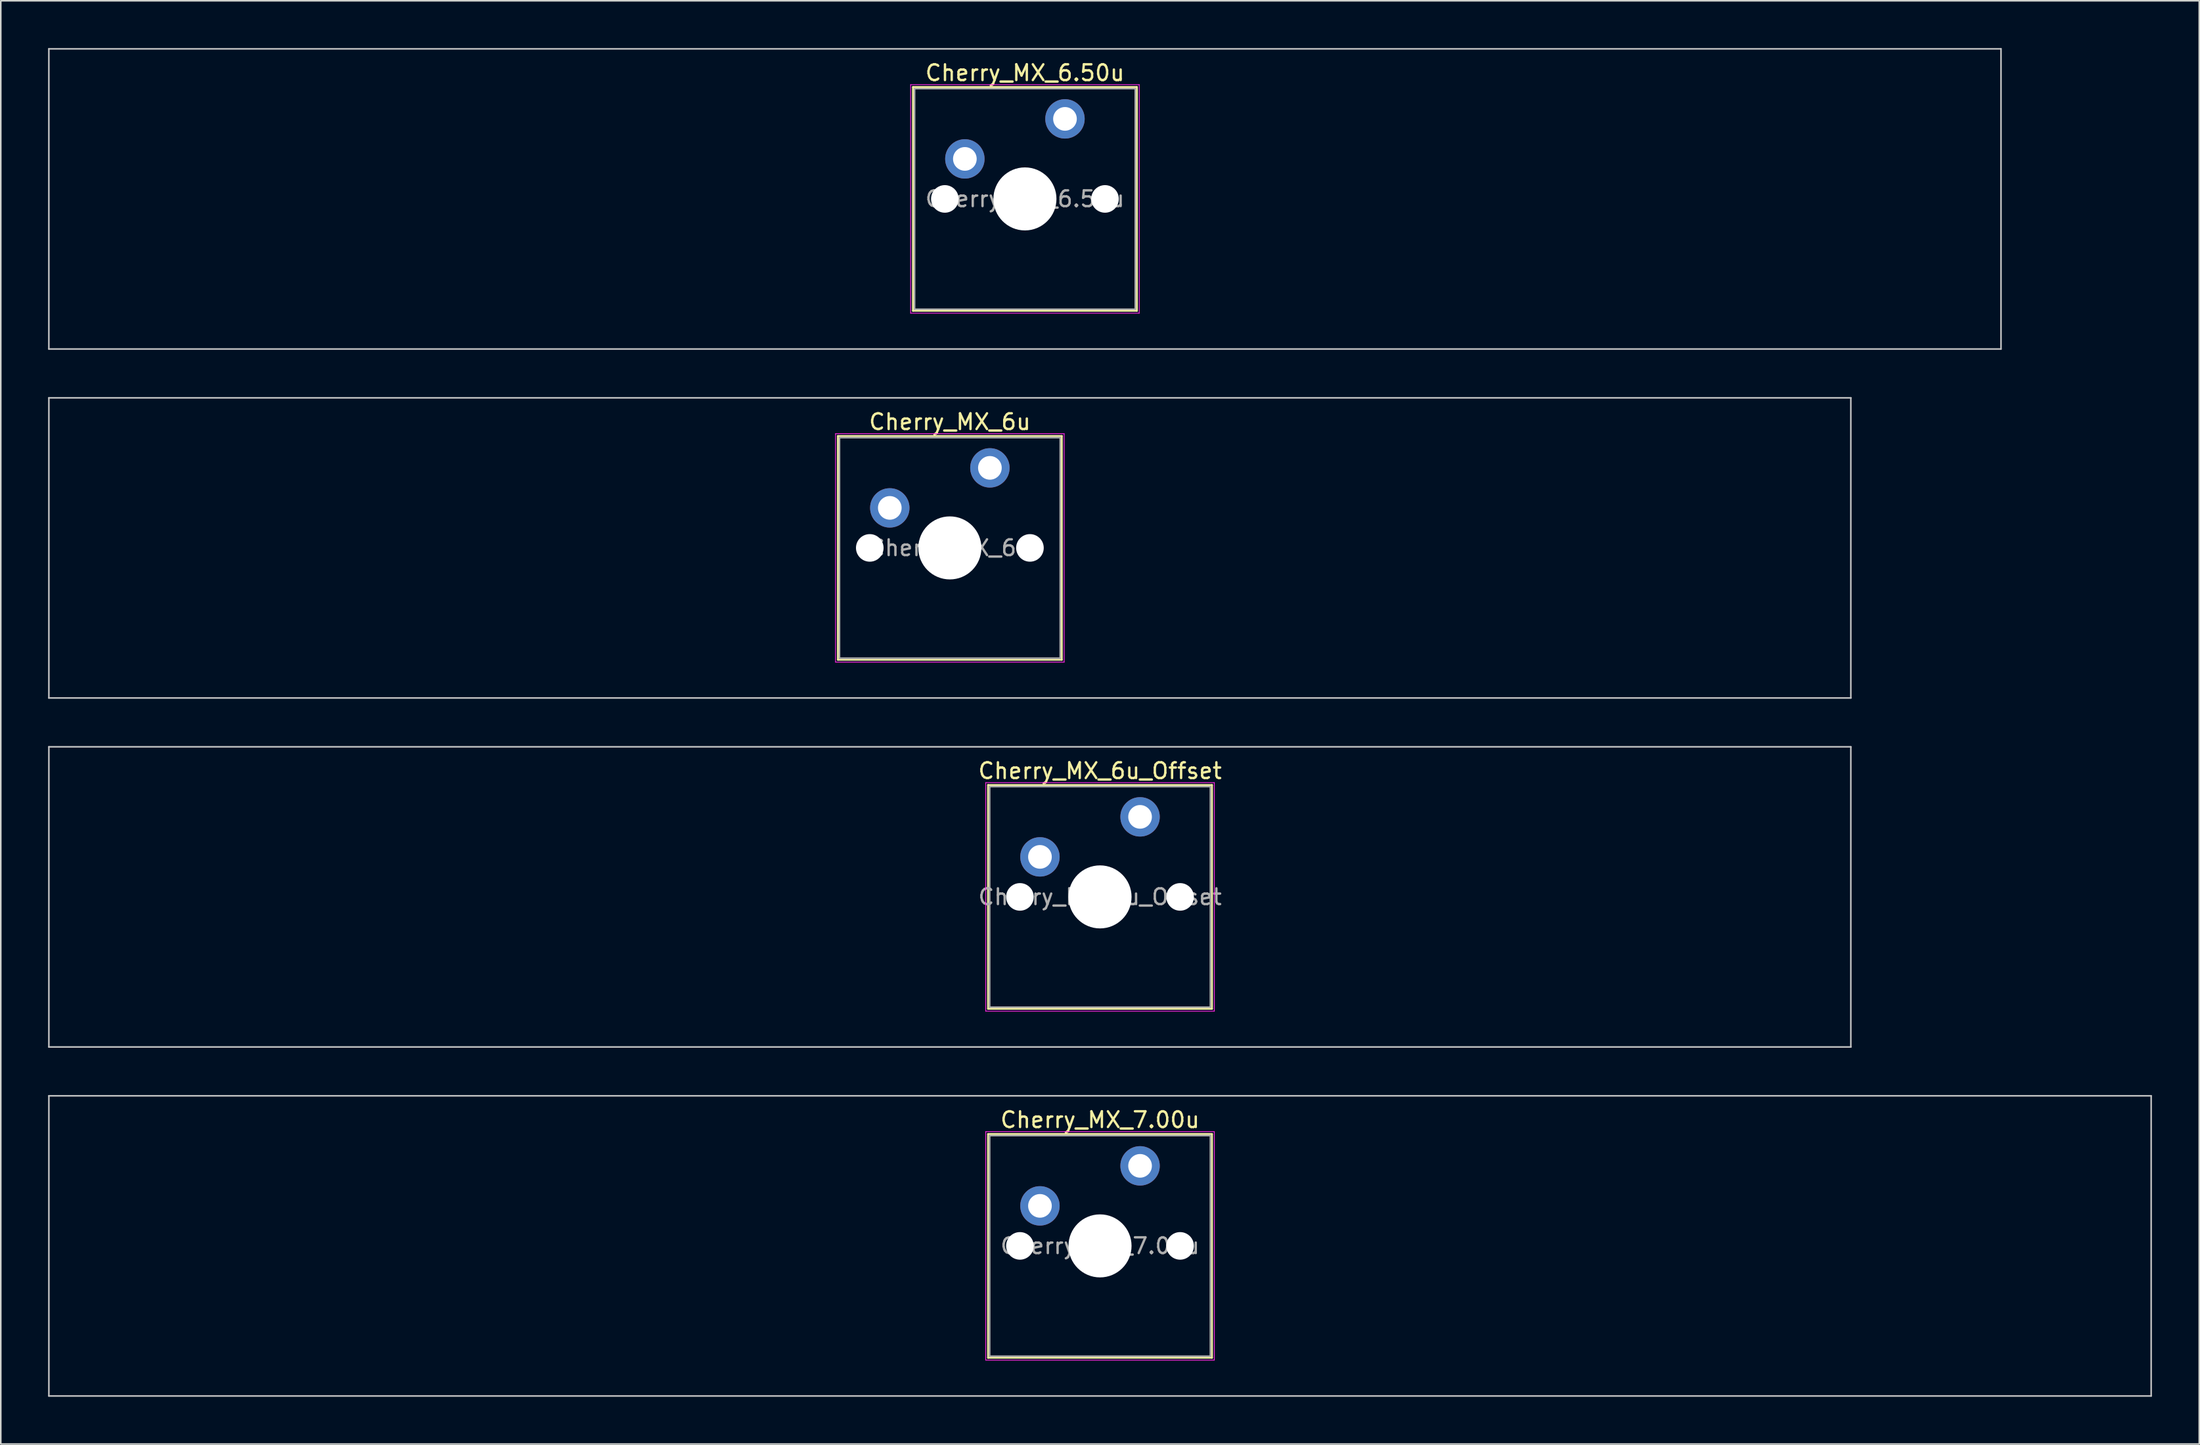
<source format=kicad_pcb>
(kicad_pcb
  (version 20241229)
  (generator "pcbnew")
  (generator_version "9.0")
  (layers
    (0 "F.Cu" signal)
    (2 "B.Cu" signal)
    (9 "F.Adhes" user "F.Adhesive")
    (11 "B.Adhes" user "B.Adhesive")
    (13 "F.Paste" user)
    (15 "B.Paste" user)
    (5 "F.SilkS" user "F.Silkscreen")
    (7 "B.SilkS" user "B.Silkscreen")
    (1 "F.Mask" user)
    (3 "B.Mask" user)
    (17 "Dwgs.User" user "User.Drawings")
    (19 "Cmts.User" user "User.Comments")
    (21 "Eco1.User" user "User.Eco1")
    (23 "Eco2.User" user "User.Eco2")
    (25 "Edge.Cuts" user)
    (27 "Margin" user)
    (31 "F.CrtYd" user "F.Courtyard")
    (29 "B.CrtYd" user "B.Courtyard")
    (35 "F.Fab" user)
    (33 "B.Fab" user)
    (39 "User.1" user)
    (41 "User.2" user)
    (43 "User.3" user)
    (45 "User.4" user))
  (footprint "Cherry_MX_6.50u"
    (layer "F.Cu")
    (at 61.962 9.575)
    (property "Reference" "Cherry_MX_6.50u" (at 0 -8 0) (layer "F.SilkS") (effects (font (size 1 1) (thickness 0.15))))
    (attr through_hole)
    (fp_line (start -7.1 -7.1) (end -7.1 7.1) (stroke (width 0.12) (type solid)) (layer "F.SilkS"))
    (fp_line (start -7.1 7.1) (end 7.1 7.1) (stroke (width 0.12) (type solid)) (layer "F.SilkS"))
    (fp_line (start 7.1 -7.1) (end -7.1 -7.1) (stroke (width 0.12) (type solid)) (layer "F.SilkS"))
    (fp_line (start 7.1 7.1) (end 7.1 -7.1) (stroke (width 0.12) (type solid)) (layer "F.SilkS"))
    (fp_line (start -61.913 -9.525) (end -61.913 9.525) (stroke (width 0.1) (type solid)) (layer "Dwgs.User"))
    (fp_line (start -61.913 9.525) (end 61.913 9.525) (stroke (width 0.1) (type solid)) (layer "Dwgs.User"))
    (fp_line (start 61.913 -9.525) (end -61.913 -9.525) (stroke (width 0.1) (type solid)) (layer "Dwgs.User"))
    (fp_line (start 61.913 9.525) (end 61.913 -9.525) (stroke (width 0.1) (type solid)) (layer "Dwgs.User"))
    (fp_line (start -7 -7) (end -7 7) (stroke (width 0.1) (type solid)) (layer "Eco1.User"))
    (fp_line (start -7 7) (end 7 7) (stroke (width 0.1) (type solid)) (layer "Eco1.User"))
    (fp_line (start 7 -7) (end -7 -7) (stroke (width 0.1) (type solid)) (layer "Eco1.User"))
    (fp_line (start 7 7) (end 7 -7) (stroke (width 0.1) (type solid)) (layer "Eco1.User"))
    (fp_line (start -7.25 -7.25) (end -7.25 7.25) (stroke (width 0.05) (type solid)) (layer "F.CrtYd"))
    (fp_line (start -7.25 7.25) (end 7.25 7.25) (stroke (width 0.05) (type solid)) (layer "F.CrtYd"))
    (fp_line (start 7.25 -7.25) (end -7.25 -7.25) (stroke (width 0.05) (type solid)) (layer "F.CrtYd"))
    (fp_line (start 7.25 7.25) (end 7.25 -7.25) (stroke (width 0.05) (type solid)) (layer "F.CrtYd"))
    (fp_line (start -7 -7) (end -7 7) (stroke (width 0.1) (type solid)) (layer "F.Fab"))
    (fp_line (start -7 7) (end 7 7) (stroke (width 0.1) (type solid)) (layer "F.Fab"))
    (fp_line (start 7 -7) (end -7 -7) (stroke (width 0.1) (type solid)) (layer "F.Fab"))
    (fp_line (start 7 7) (end 7 -7) (stroke (width 0.1) (type solid)) (layer "F.Fab"))
    (fp_text user "${REFERENCE}" (at 0 0 0) (layer "F.Fab") (effects (font (size 1 1) (thickness 0.15))))
    (pad "" np_thru_hole circle (at -5.08 0) (size 1.75 1.75) (drill 1.75) (layers "*.Cu" "*.Mask"))
    (pad "" np_thru_hole circle (at 0 0) (size 4 4) (drill 4) (layers "*.Cu" "*.Mask"))
    (pad "" np_thru_hole circle (at 5.08 0) (size 1.75 1.75) (drill 1.75) (layers "*.Cu" "*.Mask"))
    (pad "1" thru_hole circle (at -3.81 -2.54) (size 2.5 2.5) (drill 1.5) (layers "*.Cu" "*.Mask"))
    (pad "2" thru_hole circle (at 2.54 -5.08) (size 2.5 2.5) (drill 1.5) (layers "*.Cu" "*.Mask")))
  (footprint "Cherry_MX_6u_Offset"
    (layer "F.Cu")
    (at 66.725 53.875)
    (property "Reference" "Cherry_MX_6u_Offset" (at 0 -8 0) (layer "F.SilkS") (effects (font (size 1 1) (thickness 0.15))))
    (attr through_hole)
    (fp_line (start -7.1 -7.1) (end -7.1 7.1) (stroke (width 0.12) (type solid)) (layer "F.SilkS"))
    (fp_line (start -7.1 7.1) (end 7.1 7.1) (stroke (width 0.12) (type solid)) (layer "F.SilkS"))
    (fp_line (start 7.1 -7.1) (end -7.1 -7.1) (stroke (width 0.12) (type solid)) (layer "F.SilkS"))
    (fp_line (start 7.1 7.1) (end 7.1 -7.1) (stroke (width 0.12) (type solid)) (layer "F.SilkS"))
    (fp_line (start -66.675 -9.525) (end -66.675 9.525) (stroke (width 0.1) (type solid)) (layer "Dwgs.User"))
    (fp_line (start -66.675 9.525) (end 47.625 9.525) (stroke (width 0.1) (type solid)) (layer "Dwgs.User"))
    (fp_line (start 47.625 -9.525) (end -66.675 -9.525) (stroke (width 0.1) (type solid)) (layer "Dwgs.User"))
    (fp_line (start 47.625 9.525) (end 47.625 -9.525) (stroke (width 0.1) (type solid)) (layer "Dwgs.User"))
    (fp_line (start -7 -7) (end -7 7) (stroke (width 0.1) (type solid)) (layer "Eco1.User"))
    (fp_line (start -7 7) (end 7 7) (stroke (width 0.1) (type solid)) (layer "Eco1.User"))
    (fp_line (start 7 -7) (end -7 -7) (stroke (width 0.1) (type solid)) (layer "Eco1.User"))
    (fp_line (start 7 7) (end 7 -7) (stroke (width 0.1) (type solid)) (layer "Eco1.User"))
    (fp_line (start -7.25 -7.25) (end -7.25 7.25) (stroke (width 0.05) (type solid)) (layer "F.CrtYd"))
    (fp_line (start -7.25 7.25) (end 7.25 7.25) (stroke (width 0.05) (type solid)) (layer "F.CrtYd"))
    (fp_line (start 7.25 -7.25) (end -7.25 -7.25) (stroke (width 0.05) (type solid)) (layer "F.CrtYd"))
    (fp_line (start 7.25 7.25) (end 7.25 -7.25) (stroke (width 0.05) (type solid)) (layer "F.CrtYd"))
    (fp_line (start -7 -7) (end -7 7) (stroke (width 0.1) (type solid)) (layer "F.Fab"))
    (fp_line (start -7 7) (end 7 7) (stroke (width 0.1) (type solid)) (layer "F.Fab"))
    (fp_line (start 7 -7) (end -7 -7) (stroke (width 0.1) (type solid)) (layer "F.Fab"))
    (fp_line (start 7 7) (end 7 -7) (stroke (width 0.1) (type solid)) (layer "F.Fab"))
    (fp_text user "${REFERENCE}" (at 0 0 0) (layer "F.Fab") (effects (font (size 1 1) (thickness 0.15))))
    (pad "" np_thru_hole circle (at -5.08 0) (size 1.75 1.75) (drill 1.75) (layers "*.Cu" "*.Mask"))
    (pad "" np_thru_hole circle (at 0 0) (size 4 4) (drill 4) (layers "*.Cu" "*.Mask"))
    (pad "" np_thru_hole circle (at 5.08 0) (size 1.75 1.75) (drill 1.75) (layers "*.Cu" "*.Mask"))
    (pad "1" thru_hole circle (at -3.81 -2.54) (size 2.5 2.5) (drill 1.5) (layers "*.Cu" "*.Mask"))
    (pad "2" thru_hole circle (at 2.54 -5.08) (size 2.5 2.5) (drill 1.5) (layers "*.Cu" "*.Mask")))
  (footprint "Cherry_MX_7.00u"
    (layer "F.Cu")
    (at 66.725 76.025)
    (property "Reference" "Cherry_MX_7.00u" (at 0 -8 0) (layer "F.SilkS") (effects (font (size 1 1) (thickness 0.15))))
    (attr through_hole)
    (fp_line (start -7.1 -7.1) (end -7.1 7.1) (stroke (width 0.12) (type solid)) (layer "F.SilkS"))
    (fp_line (start -7.1 7.1) (end 7.1 7.1) (stroke (width 0.12) (type solid)) (layer "F.SilkS"))
    (fp_line (start 7.1 -7.1) (end -7.1 -7.1) (stroke (width 0.12) (type solid)) (layer "F.SilkS"))
    (fp_line (start 7.1 7.1) (end 7.1 -7.1) (stroke (width 0.12) (type solid)) (layer "F.SilkS"))
    (fp_line (start -66.675 -9.525) (end -66.675 9.525) (stroke (width 0.1) (type solid)) (layer "Dwgs.User"))
    (fp_line (start -66.675 9.525) (end 66.675 9.525) (stroke (width 0.1) (type solid)) (layer "Dwgs.User"))
    (fp_line (start 66.675 -9.525) (end -66.675 -9.525) (stroke (width 0.1) (type solid)) (layer "Dwgs.User"))
    (fp_line (start 66.675 9.525) (end 66.675 -9.525) (stroke (width 0.1) (type solid)) (layer "Dwgs.User"))
    (fp_line (start -7 -7) (end -7 7) (stroke (width 0.1) (type solid)) (layer "Eco1.User"))
    (fp_line (start -7 7) (end 7 7) (stroke (width 0.1) (type solid)) (layer "Eco1.User"))
    (fp_line (start 7 -7) (end -7 -7) (stroke (width 0.1) (type solid)) (layer "Eco1.User"))
    (fp_line (start 7 7) (end 7 -7) (stroke (width 0.1) (type solid)) (layer "Eco1.User"))
    (fp_line (start -7.25 -7.25) (end -7.25 7.25) (stroke (width 0.05) (type solid)) (layer "F.CrtYd"))
    (fp_line (start -7.25 7.25) (end 7.25 7.25) (stroke (width 0.05) (type solid)) (layer "F.CrtYd"))
    (fp_line (start 7.25 -7.25) (end -7.25 -7.25) (stroke (width 0.05) (type solid)) (layer "F.CrtYd"))
    (fp_line (start 7.25 7.25) (end 7.25 -7.25) (stroke (width 0.05) (type solid)) (layer "F.CrtYd"))
    (fp_line (start -7 -7) (end -7 7) (stroke (width 0.1) (type solid)) (layer "F.Fab"))
    (fp_line (start -7 7) (end 7 7) (stroke (width 0.1) (type solid)) (layer "F.Fab"))
    (fp_line (start 7 -7) (end -7 -7) (stroke (width 0.1) (type solid)) (layer "F.Fab"))
    (fp_line (start 7 7) (end 7 -7) (stroke (width 0.1) (type solid)) (layer "F.Fab"))
    (fp_text user "${REFERENCE}" (at 0 0 0) (layer "F.Fab") (effects (font (size 1 1) (thickness 0.15))))
    (pad "" np_thru_hole circle (at -5.08 0) (size 1.75 1.75) (drill 1.75) (layers "*.Cu" "*.Mask"))
    (pad "" np_thru_hole circle (at 0 0) (size 4 4) (drill 4) (layers "*.Cu" "*.Mask"))
    (pad "" np_thru_hole circle (at 5.08 0) (size 1.75 1.75) (drill 1.75) (layers "*.Cu" "*.Mask"))
    (pad "1" thru_hole circle (at -3.81 -2.54) (size 2.5 2.5) (drill 1.5) (layers "*.Cu" "*.Mask"))
    (pad "2" thru_hole circle (at 2.54 -5.08) (size 2.5 2.5) (drill 1.5) (layers "*.Cu" "*.Mask")))
  (footprint "Cherry_MX_6u"
    (layer "F.Cu")
    (at 57.2 31.725)
    (property "Reference" "Cherry_MX_6u" (at 0 -8 0) (layer "F.SilkS") (effects (font (size 1 1) (thickness 0.15))))
    (attr through_hole)
    (fp_line (start -7.1 -7.1) (end -7.1 7.1) (stroke (width 0.12) (type solid)) (layer "F.SilkS"))
    (fp_line (start -7.1 7.1) (end 7.1 7.1) (stroke (width 0.12) (type solid)) (layer "F.SilkS"))
    (fp_line (start 7.1 -7.1) (end -7.1 -7.1) (stroke (width 0.12) (type solid)) (layer "F.SilkS"))
    (fp_line (start 7.1 7.1) (end 7.1 -7.1) (stroke (width 0.12) (type solid)) (layer "F.SilkS"))
    (fp_line (start -57.15 -9.525) (end -57.15 9.525) (stroke (width 0.1) (type solid)) (layer "Dwgs.User"))
    (fp_line (start -57.15 9.525) (end 57.15 9.525) (stroke (width 0.1) (type solid)) (layer "Dwgs.User"))
    (fp_line (start 57.15 -9.525) (end -57.15 -9.525) (stroke (width 0.1) (type solid)) (layer "Dwgs.User"))
    (fp_line (start 57.15 9.525) (end 57.15 -9.525) (stroke (width 0.1) (type solid)) (layer "Dwgs.User"))
    (fp_line (start -7 -7) (end -7 7) (stroke (width 0.1) (type solid)) (layer "Eco1.User"))
    (fp_line (start -7 7) (end 7 7) (stroke (width 0.1) (type solid)) (layer "Eco1.User"))
    (fp_line (start 7 -7) (end -7 -7) (stroke (width 0.1) (type solid)) (layer "Eco1.User"))
    (fp_line (start 7 7) (end 7 -7) (stroke (width 0.1) (type solid)) (layer "Eco1.User"))
    (fp_line (start -7.25 -7.25) (end -7.25 7.25) (stroke (width 0.05) (type solid)) (layer "F.CrtYd"))
    (fp_line (start -7.25 7.25) (end 7.25 7.25) (stroke (width 0.05) (type solid)) (layer "F.CrtYd"))
    (fp_line (start 7.25 -7.25) (end -7.25 -7.25) (stroke (width 0.05) (type solid)) (layer "F.CrtYd"))
    (fp_line (start 7.25 7.25) (end 7.25 -7.25) (stroke (width 0.05) (type solid)) (layer "F.CrtYd"))
    (fp_line (start -7 -7) (end -7 7) (stroke (width 0.1) (type solid)) (layer "F.Fab"))
    (fp_line (start -7 7) (end 7 7) (stroke (width 0.1) (type solid)) (layer "F.Fab"))
    (fp_line (start 7 -7) (end -7 -7) (stroke (width 0.1) (type solid)) (layer "F.Fab"))
    (fp_line (start 7 7) (end 7 -7) (stroke (width 0.1) (type solid)) (layer "F.Fab"))
    (fp_text user "${REFERENCE}" (at 0 0 0) (layer "F.Fab") (effects (font (size 1 1) (thickness 0.15))))
    (pad "" np_thru_hole circle (at -5.08 0) (size 1.75 1.75) (drill 1.75) (layers "*.Cu" "*.Mask"))
    (pad "" np_thru_hole circle (at 0 0) (size 4 4) (drill 4) (layers "*.Cu" "*.Mask"))
    (pad "" np_thru_hole circle (at 5.08 0) (size 1.75 1.75) (drill 1.75) (layers "*.Cu" "*.Mask"))
    (pad "1" thru_hole circle (at -3.81 -2.54) (size 2.5 2.5) (drill 1.5) (layers "*.Cu" "*.Mask"))
    (pad "2" thru_hole circle (at 2.54 -5.08) (size 2.5 2.5) (drill 1.5) (layers "*.Cu" "*.Mask")))
  (gr_rect
    (start -3 -3)
    (end 136.45 88.6)
    (stroke (width 0.1) (type default))
    (fill no)
    (layer "Edge.Cuts")))
</source>
